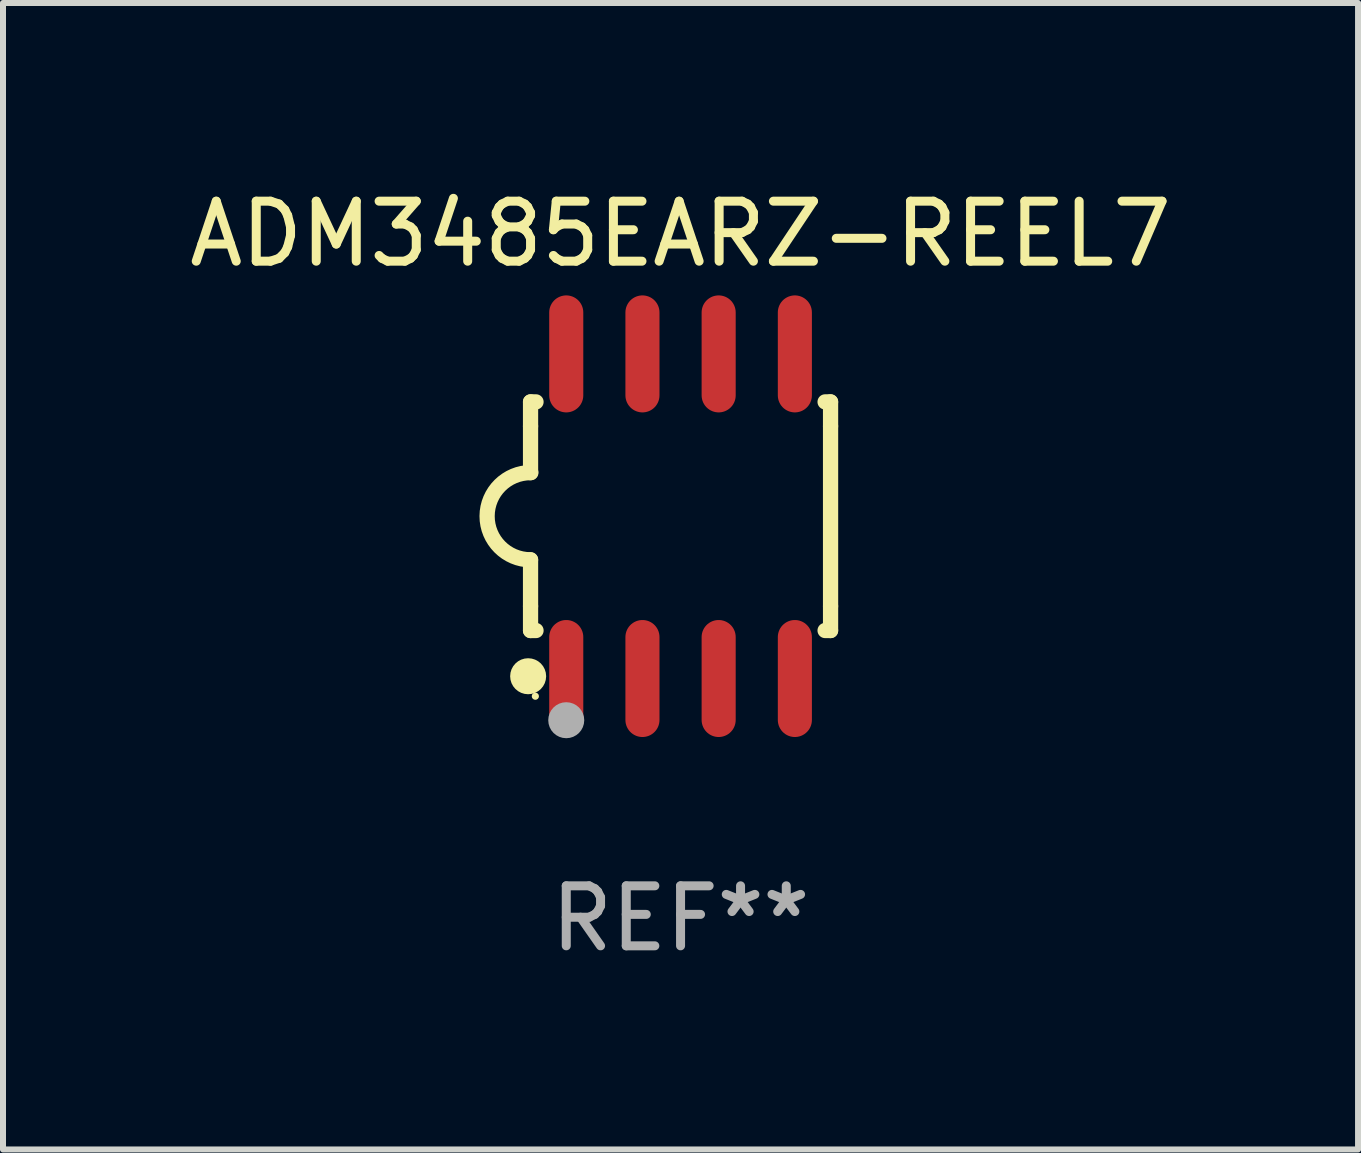
<source format=kicad_pcb>
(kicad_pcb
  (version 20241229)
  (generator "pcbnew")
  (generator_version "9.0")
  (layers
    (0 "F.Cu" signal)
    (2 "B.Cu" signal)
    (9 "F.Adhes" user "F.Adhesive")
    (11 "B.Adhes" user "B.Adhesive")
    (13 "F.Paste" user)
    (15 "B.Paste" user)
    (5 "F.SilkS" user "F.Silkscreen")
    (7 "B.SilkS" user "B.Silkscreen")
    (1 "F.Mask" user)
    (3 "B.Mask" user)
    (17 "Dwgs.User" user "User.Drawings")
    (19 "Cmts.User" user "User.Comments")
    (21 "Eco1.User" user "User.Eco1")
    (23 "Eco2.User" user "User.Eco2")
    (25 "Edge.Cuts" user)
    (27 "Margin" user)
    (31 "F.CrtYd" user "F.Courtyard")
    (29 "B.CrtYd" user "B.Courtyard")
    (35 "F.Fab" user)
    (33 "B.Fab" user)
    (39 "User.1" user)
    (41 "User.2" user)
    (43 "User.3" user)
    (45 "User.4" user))
  (footprint "ADM3485EARZ-REEL7"
    (layer "F.Cu")
    (at 8.292 5.553)
    (property "Reference" "ADM3485EARZ-REEL7" (at 0 -4.705 0) (layer "F.SilkS") (effects (font (size 1 1) (thickness 0.15))))
    (attr through_hole)
    (fp_line (start -2.5 -1.905) (end -2.409 -1.905) (stroke (width 0.254) (type solid)) (layer "F.SilkS"))
    (fp_line (start -2.5 -1.5) (end -2.5 -1.905) (stroke (width 0.254) (type solid)) (layer "F.SilkS"))
    (fp_line (start -2.5 -1.5) (end -2.5 -0.726) (stroke (width 0.254) (type solid)) (layer "F.SilkS"))
    (fp_line (start -2.5 1.5) (end -2.5 0.727) (stroke (width 0.254) (type solid)) (layer "F.SilkS"))
    (fp_line (start -2.5 1.5) (end -2.5 1.905) (stroke (width 0.254) (type solid)) (layer "F.SilkS"))
    (fp_line (start -2.5 1.905) (end -2.409 1.905) (stroke (width 0.254) (type solid)) (layer "F.SilkS"))
    (fp_line (start 2.5 -1.905) (end 2.409 -1.905) (stroke (width 0.254) (type solid)) (layer "F.SilkS"))
    (fp_line (start 2.5 -1.5) (end 2.5 -1.905) (stroke (width 0.254) (type solid)) (layer "F.SilkS"))
    (fp_line (start 2.5 -1.5) (end 2.5 1.5) (stroke (width 0.254) (type solid)) (layer "F.SilkS"))
    (fp_line (start 2.5 1.5) (end 2.5 1.905) (stroke (width 0.254) (type solid)) (layer "F.SilkS"))
    (fp_line (start 2.5 1.905) (end 2.409 1.905) (stroke (width 0.254) (type solid)) (layer "F.SilkS"))
    (fp_arc (start -2.5 0.726568) (mid -3.220316 -0.0023) (end -2.495097 -0.726289) (stroke (width 0.254001) (type solid)) (layer "F.SilkS"))
    (fp_circle (center -2.54 2.667) (end -2.39 2.667) (stroke (width 0.3) (type solid)) (fill no) (layer "F.SilkS"))
    (fp_circle (center -2.42 3) (end -2.39 3) (stroke (width 0.06) (type solid)) (fill no) (layer "F.SilkS"))
    (fp_circle (center -1.905 3.4) (end -1.755 3.4) (stroke (width 0.3) (type solid)) (fill no) (layer "F.Fab"))
    (fp_text user "REF**" (at 0 6.705 0) (layer "F.Fab") (effects (font (size 1 1) (thickness 0.15))))
    (pad "1" smd oval (at -1.905 2.705) (size 0.568 1.95) (layers "F.Cu" "F.Mask" "F.Paste"))
    (pad "2" smd oval (at -0.635 2.705) (size 0.568 1.95) (layers "F.Cu" "F.Mask" "F.Paste"))
    (pad "3" smd oval (at 0.635 2.705) (size 0.568 1.95) (layers "F.Cu" "F.Mask" "F.Paste"))
    (pad "4" smd oval (at 1.905 2.705) (size 0.568 1.95) (layers "F.Cu" "F.Mask" "F.Paste"))
    (pad "5" smd oval (at 1.905 -2.705) (size 0.568 1.95) (layers "F.Cu" "F.Mask" "F.Paste"))
    (pad "6" smd oval (at 0.635 -2.705) (size 0.568 1.95) (layers "F.Cu" "F.Mask" "F.Paste"))
    (pad "7" smd oval (at -0.635 -2.705) (size 0.568 1.95) (layers "F.Cu" "F.Mask" "F.Paste"))
    (pad "8" smd oval (at -1.905 -2.705) (size 0.568 1.95) (layers "F.Cu" "F.Mask" "F.Paste")))
  (gr_rect
    (start -3 -3)
    (end 19.583 16.107)
    (stroke (width 0.1) (type default))
    (fill no)
    (layer "Edge.Cuts")))
</source>
